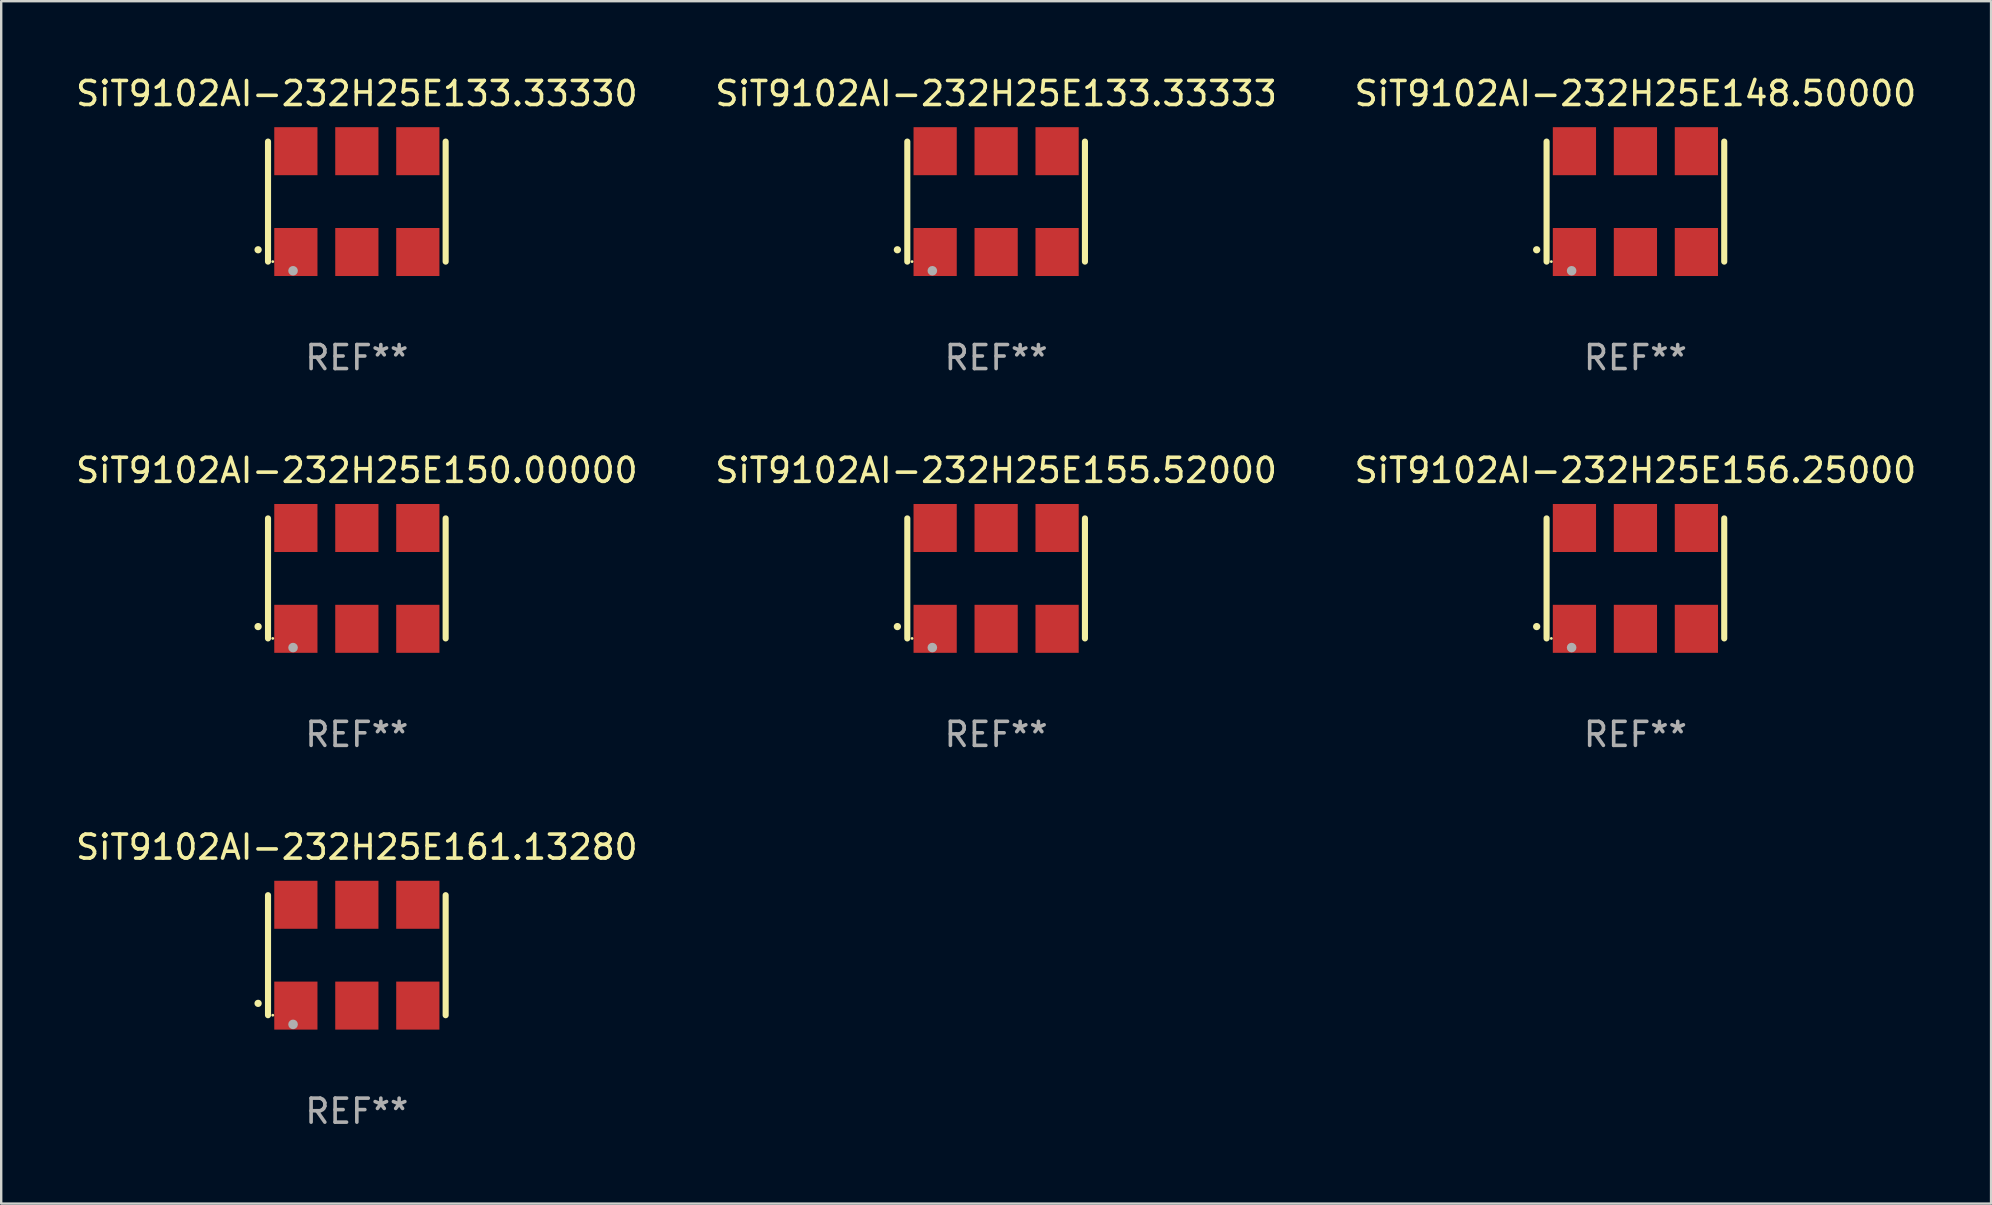
<source format=kicad_pcb>
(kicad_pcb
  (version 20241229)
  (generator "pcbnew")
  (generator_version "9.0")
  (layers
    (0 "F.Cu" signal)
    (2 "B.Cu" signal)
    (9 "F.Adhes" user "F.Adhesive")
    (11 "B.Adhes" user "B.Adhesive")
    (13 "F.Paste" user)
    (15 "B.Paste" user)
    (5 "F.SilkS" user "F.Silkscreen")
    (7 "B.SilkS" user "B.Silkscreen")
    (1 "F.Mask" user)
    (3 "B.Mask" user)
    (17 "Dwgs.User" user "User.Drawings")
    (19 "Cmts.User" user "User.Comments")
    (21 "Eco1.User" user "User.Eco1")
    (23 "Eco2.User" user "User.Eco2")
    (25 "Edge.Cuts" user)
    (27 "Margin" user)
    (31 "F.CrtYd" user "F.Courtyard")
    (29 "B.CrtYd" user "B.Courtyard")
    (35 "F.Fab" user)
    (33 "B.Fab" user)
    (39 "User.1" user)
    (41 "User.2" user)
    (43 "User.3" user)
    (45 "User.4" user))
  (footprint "SiT9102AI-232H25E155.52000"
    (layer "F.Cu")
    (at 38.446 21.045)
    (property "Reference" "SiT9102AI-232H25E155.52000" (at 0 -4.5 0) (layer "F.SilkS") (effects (font (size 1 1) (thickness 0.15))))
    (attr through_hole)
    (fp_line (start -3.7 -2.5) (end -3.7 2.5) (stroke (width 0.254) (type solid)) (layer "F.SilkS"))
    (fp_line (start 3.7 -2.5) (end 3.7 2.5) (stroke (width 0.254) (type solid)) (layer "F.SilkS"))
    (fp_arc (start -4.114415 2.006604) (mid -4.113145 2.006599) (end -4.111875 2.006604) (stroke (width 0.3) (type solid)) (layer "F.SilkS"))
    (fp_circle (center -3.502 2.5) (end -3.472 2.5) (stroke (width 0.06) (type solid)) (fill no) (layer "F.SilkS"))
    (fp_circle (center -2.657 2.882) (end -2.557 2.882) (stroke (width 0.2) (type solid)) (fill no) (layer "F.Fab"))
    (fp_text user "REF**" (at 0 6.5 0) (layer "F.Fab") (effects (font (size 1 1) (thickness 0.15))))
    (pad "1" smd rect (at -2.54 2.1) (size 1.8 2) (layers "F.Cu" "F.Mask" "F.Paste"))
    (pad "2" smd rect (at 0.000394 2.1) (size 1.8 2) (layers "F.Cu" "F.Mask" "F.Paste"))
    (pad "3" smd rect (at 2.54 2.1) (size 1.8 2) (layers "F.Cu" "F.Mask" "F.Paste"))
    (pad "4" smd rect (at 2.54 -2.1) (size 1.8 2) (layers "F.Cu" "F.Mask" "F.Paste"))
    (pad "5" smd rect (at 0.000394 -2.1) (size 1.8 2) (layers "F.Cu" "F.Mask" "F.Paste"))
    (pad "6" smd rect (at -2.54 -2.1) (size 1.8 2) (layers "F.Cu" "F.Mask" "F.Paste")))
  (footprint "SiT9102AI-232H25E133.33330"
    (layer "F.Cu")
    (at 11.815 5.348)
    (property "Reference" "SiT9102AI-232H25E133.33330" (at 0 -4.5 0) (layer "F.SilkS") (effects (font (size 1 1) (thickness 0.15))))
    (attr through_hole)
    (fp_line (start -3.7 -2.5) (end -3.7 2.5) (stroke (width 0.254) (type solid)) (layer "F.SilkS"))
    (fp_line (start 3.7 -2.5) (end 3.7 2.5) (stroke (width 0.254) (type solid)) (layer "F.SilkS"))
    (fp_arc (start -4.114415 2.006604) (mid -4.113145 2.006599) (end -4.111875 2.006604) (stroke (width 0.3) (type solid)) (layer "F.SilkS"))
    (fp_circle (center -3.502 2.5) (end -3.472 2.5) (stroke (width 0.06) (type solid)) (fill no) (layer "F.SilkS"))
    (fp_circle (center -2.657 2.882) (end -2.557 2.882) (stroke (width 0.2) (type solid)) (fill no) (layer "F.Fab"))
    (fp_text user "REF**" (at 0 6.5 0) (layer "F.Fab") (effects (font (size 1 1) (thickness 0.15))))
    (pad "1" smd rect (at -2.54 2.1) (size 1.8 2) (layers "F.Cu" "F.Mask" "F.Paste"))
    (pad "2" smd rect (at 0.000394 2.1) (size 1.8 2) (layers "F.Cu" "F.Mask" "F.Paste"))
    (pad "3" smd rect (at 2.54 2.1) (size 1.8 2) (layers "F.Cu" "F.Mask" "F.Paste"))
    (pad "4" smd rect (at 2.54 -2.1) (size 1.8 2) (layers "F.Cu" "F.Mask" "F.Paste"))
    (pad "5" smd rect (at 0.000394 -2.1) (size 1.8 2) (layers "F.Cu" "F.Mask" "F.Paste"))
    (pad "6" smd rect (at -2.54 -2.1) (size 1.8 2) (layers "F.Cu" "F.Mask" "F.Paste")))
  (footprint "SiT9102AI-232H25E133.33333"
    (layer "F.Cu")
    (at 38.446 5.348)
    (property "Reference" "SiT9102AI-232H25E133.33333" (at 0 -4.5 0) (layer "F.SilkS") (effects (font (size 1 1) (thickness 0.15))))
    (attr through_hole)
    (fp_line (start -3.7 -2.5) (end -3.7 2.5) (stroke (width 0.254) (type solid)) (layer "F.SilkS"))
    (fp_line (start 3.7 -2.5) (end 3.7 2.5) (stroke (width 0.254) (type solid)) (layer "F.SilkS"))
    (fp_arc (start -4.114415 2.006604) (mid -4.113145 2.006599) (end -4.111875 2.006604) (stroke (width 0.3) (type solid)) (layer "F.SilkS"))
    (fp_circle (center -3.502 2.5) (end -3.472 2.5) (stroke (width 0.06) (type solid)) (fill no) (layer "F.SilkS"))
    (fp_circle (center -2.657 2.882) (end -2.557 2.882) (stroke (width 0.2) (type solid)) (fill no) (layer "F.Fab"))
    (fp_text user "REF**" (at 0 6.5 0) (layer "F.Fab") (effects (font (size 1 1) (thickness 0.15))))
    (pad "1" smd rect (at -2.54 2.1) (size 1.8 2) (layers "F.Cu" "F.Mask" "F.Paste"))
    (pad "2" smd rect (at 0.000394 2.1) (size 1.8 2) (layers "F.Cu" "F.Mask" "F.Paste"))
    (pad "3" smd rect (at 2.54 2.1) (size 1.8 2) (layers "F.Cu" "F.Mask" "F.Paste"))
    (pad "4" smd rect (at 2.54 -2.1) (size 1.8 2) (layers "F.Cu" "F.Mask" "F.Paste"))
    (pad "5" smd rect (at 0.000394 -2.1) (size 1.8 2) (layers "F.Cu" "F.Mask" "F.Paste"))
    (pad "6" smd rect (at -2.54 -2.1) (size 1.8 2) (layers "F.Cu" "F.Mask" "F.Paste")))
  (footprint "SiT9102AI-232H25E161.13280"
    (layer "F.Cu")
    (at 11.815 36.741)
    (property "Reference" "SiT9102AI-232H25E161.13280" (at 0 -4.5 0) (layer "F.SilkS") (effects (font (size 1 1) (thickness 0.15))))
    (attr through_hole)
    (fp_line (start -3.7 -2.5) (end -3.7 2.5) (stroke (width 0.254) (type solid)) (layer "F.SilkS"))
    (fp_line (start 3.7 -2.5) (end 3.7 2.5) (stroke (width 0.254) (type solid)) (layer "F.SilkS"))
    (fp_arc (start -4.114415 2.006604) (mid -4.113145 2.006599) (end -4.111875 2.006604) (stroke (width 0.3) (type solid)) (layer "F.SilkS"))
    (fp_circle (center -3.502 2.5) (end -3.472 2.5) (stroke (width 0.06) (type solid)) (fill no) (layer "F.SilkS"))
    (fp_circle (center -2.657 2.882) (end -2.557 2.882) (stroke (width 0.2) (type solid)) (fill no) (layer "F.Fab"))
    (fp_text user "REF**" (at 0 6.5 0) (layer "F.Fab") (effects (font (size 1 1) (thickness 0.15))))
    (pad "1" smd rect (at -2.54 2.1) (size 1.8 2) (layers "F.Cu" "F.Mask" "F.Paste"))
    (pad "2" smd rect (at 0.000394 2.1) (size 1.8 2) (layers "F.Cu" "F.Mask" "F.Paste"))
    (pad "3" smd rect (at 2.54 2.1) (size 1.8 2) (layers "F.Cu" "F.Mask" "F.Paste"))
    (pad "4" smd rect (at 2.54 -2.1) (size 1.8 2) (layers "F.Cu" "F.Mask" "F.Paste"))
    (pad "5" smd rect (at 0.000394 -2.1) (size 1.8 2) (layers "F.Cu" "F.Mask" "F.Paste"))
    (pad "6" smd rect (at -2.54 -2.1) (size 1.8 2) (layers "F.Cu" "F.Mask" "F.Paste")))
  (footprint "SiT9102AI-232H25E156.25000"
    (layer "F.Cu")
    (at 65.077 21.045)
    (property "Reference" "SiT9102AI-232H25E156.25000" (at 0 -4.5 0) (layer "F.SilkS") (effects (font (size 1 1) (thickness 0.15))))
    (attr through_hole)
    (fp_line (start -3.7 -2.5) (end -3.7 2.5) (stroke (width 0.254) (type solid)) (layer "F.SilkS"))
    (fp_line (start 3.7 -2.5) (end 3.7 2.5) (stroke (width 0.254) (type solid)) (layer "F.SilkS"))
    (fp_arc (start -4.114415 2.006604) (mid -4.113145 2.006599) (end -4.111875 2.006604) (stroke (width 0.3) (type solid)) (layer "F.SilkS"))
    (fp_circle (center -3.502 2.5) (end -3.472 2.5) (stroke (width 0.06) (type solid)) (fill no) (layer "F.SilkS"))
    (fp_circle (center -2.657 2.882) (end -2.557 2.882) (stroke (width 0.2) (type solid)) (fill no) (layer "F.Fab"))
    (fp_text user "REF**" (at 0 6.5 0) (layer "F.Fab") (effects (font (size 1 1) (thickness 0.15))))
    (pad "1" smd rect (at -2.54 2.1) (size 1.8 2) (layers "F.Cu" "F.Mask" "F.Paste"))
    (pad "2" smd rect (at 0.000394 2.1) (size 1.8 2) (layers "F.Cu" "F.Mask" "F.Paste"))
    (pad "3" smd rect (at 2.54 2.1) (size 1.8 2) (layers "F.Cu" "F.Mask" "F.Paste"))
    (pad "4" smd rect (at 2.54 -2.1) (size 1.8 2) (layers "F.Cu" "F.Mask" "F.Paste"))
    (pad "5" smd rect (at 0.000394 -2.1) (size 1.8 2) (layers "F.Cu" "F.Mask" "F.Paste"))
    (pad "6" smd rect (at -2.54 -2.1) (size 1.8 2) (layers "F.Cu" "F.Mask" "F.Paste")))
  (footprint "SiT9102AI-232H25E150.00000"
    (layer "F.Cu")
    (at 11.815 21.045)
    (property "Reference" "SiT9102AI-232H25E150.00000" (at 0 -4.5 0) (layer "F.SilkS") (effects (font (size 1 1) (thickness 0.15))))
    (attr through_hole)
    (fp_line (start -3.7 -2.5) (end -3.7 2.5) (stroke (width 0.254) (type solid)) (layer "F.SilkS"))
    (fp_line (start 3.7 -2.5) (end 3.7 2.5) (stroke (width 0.254) (type solid)) (layer "F.SilkS"))
    (fp_arc (start -4.114415 2.006604) (mid -4.113145 2.006599) (end -4.111875 2.006604) (stroke (width 0.3) (type solid)) (layer "F.SilkS"))
    (fp_circle (center -3.502 2.5) (end -3.472 2.5) (stroke (width 0.06) (type solid)) (fill no) (layer "F.SilkS"))
    (fp_circle (center -2.657 2.882) (end -2.557 2.882) (stroke (width 0.2) (type solid)) (fill no) (layer "F.Fab"))
    (fp_text user "REF**" (at 0 6.5 0) (layer "F.Fab") (effects (font (size 1 1) (thickness 0.15))))
    (pad "1" smd rect (at -2.54 2.1) (size 1.8 2) (layers "F.Cu" "F.Mask" "F.Paste"))
    (pad "2" smd rect (at 0.000394 2.1) (size 1.8 2) (layers "F.Cu" "F.Mask" "F.Paste"))
    (pad "3" smd rect (at 2.54 2.1) (size 1.8 2) (layers "F.Cu" "F.Mask" "F.Paste"))
    (pad "4" smd rect (at 2.54 -2.1) (size 1.8 2) (layers "F.Cu" "F.Mask" "F.Paste"))
    (pad "5" smd rect (at 0.000394 -2.1) (size 1.8 2) (layers "F.Cu" "F.Mask" "F.Paste"))
    (pad "6" smd rect (at -2.54 -2.1) (size 1.8 2) (layers "F.Cu" "F.Mask" "F.Paste")))
  (footprint "SiT9102AI-232H25E148.50000"
    (layer "F.Cu")
    (at 65.077 5.348)
    (property "Reference" "SiT9102AI-232H25E148.50000" (at 0 -4.5 0) (layer "F.SilkS") (effects (font (size 1 1) (thickness 0.15))))
    (attr through_hole)
    (fp_line (start -3.7 -2.5) (end -3.7 2.5) (stroke (width 0.254) (type solid)) (layer "F.SilkS"))
    (fp_line (start 3.7 -2.5) (end 3.7 2.5) (stroke (width 0.254) (type solid)) (layer "F.SilkS"))
    (fp_arc (start -4.114415 2.006604) (mid -4.113145 2.006599) (end -4.111875 2.006604) (stroke (width 0.3) (type solid)) (layer "F.SilkS"))
    (fp_circle (center -3.502 2.5) (end -3.472 2.5) (stroke (width 0.06) (type solid)) (fill no) (layer "F.SilkS"))
    (fp_circle (center -2.657 2.882) (end -2.557 2.882) (stroke (width 0.2) (type solid)) (fill no) (layer "F.Fab"))
    (fp_text user "REF**" (at 0 6.5 0) (layer "F.Fab") (effects (font (size 1 1) (thickness 0.15))))
    (pad "1" smd rect (at -2.54 2.1) (size 1.8 2) (layers "F.Cu" "F.Mask" "F.Paste"))
    (pad "2" smd rect (at 0.000394 2.1) (size 1.8 2) (layers "F.Cu" "F.Mask" "F.Paste"))
    (pad "3" smd rect (at 2.54 2.1) (size 1.8 2) (layers "F.Cu" "F.Mask" "F.Paste"))
    (pad "4" smd rect (at 2.54 -2.1) (size 1.8 2) (layers "F.Cu" "F.Mask" "F.Paste"))
    (pad "5" smd rect (at 0.000394 -2.1) (size 1.8 2) (layers "F.Cu" "F.Mask" "F.Paste"))
    (pad "6" smd rect (at -2.54 -2.1) (size 1.8 2) (layers "F.Cu" "F.Mask" "F.Paste")))
  (gr_rect
    (start -3 -3)
    (end 79.893 47.09)
    (stroke (width 0.1) (type default))
    (fill no)
    (layer "Edge.Cuts")))
</source>
